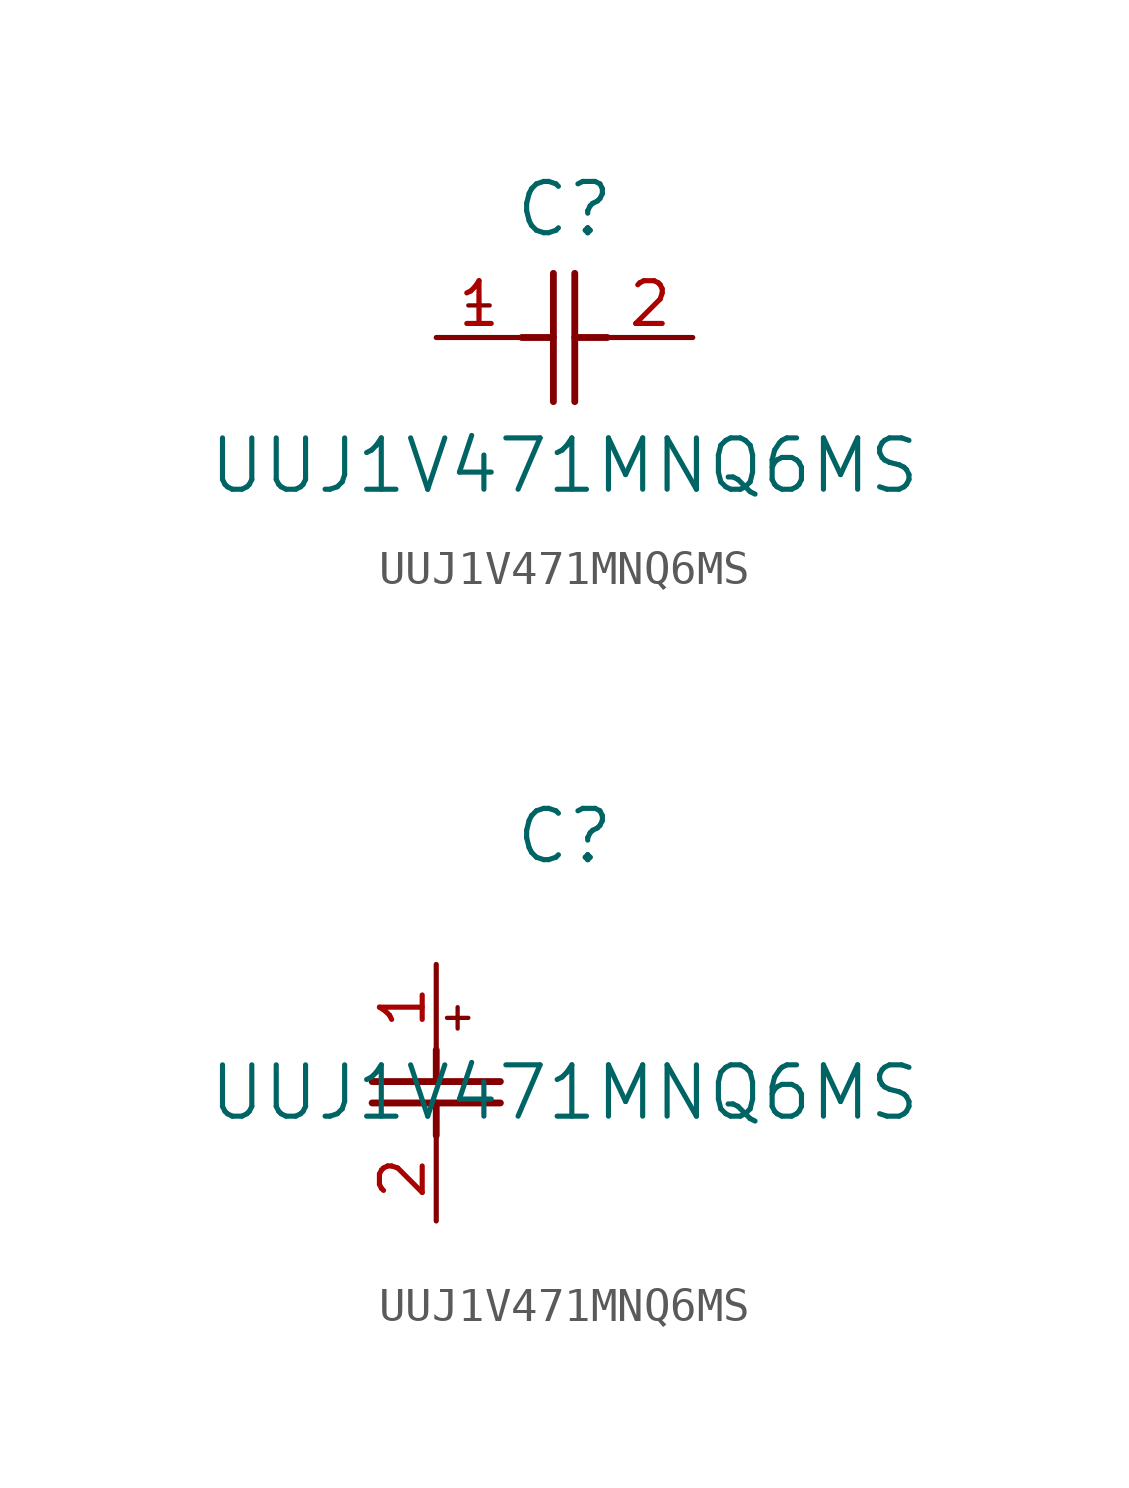
<source format=kicad_sym>
(kicad_symbol_lib
  (version 20211014)
  (generator kicad_symbol_editor)
  (symbol "UUJ1V471MNQ6MS"
    (pin_names
      (offset 0.254))
    (property "Reference" "C"
      (at 3.81 3.81 0)
      (effects (font (size 1.524 1.524))))
    (property "Value" "UUJ1V471MNQ6MS"
      (at 3.81 -3.81 0)
      (effects (font (size 1.524 1.524))))
    (symbol "UUJ1V471MNQ6MS_1_1"
      (polyline (pts (xy 3.48 -1.905) (xy 3.48 1.905)) (stroke (width 0.203) (type default) (color 0 0 0 0)) (fill (type none)))
      (polyline (pts (xy 4.115 -1.905) (xy 4.115 1.905)) (stroke (width 0.203) (type default) (color 0 0 0 0)) (fill (type none)))
      (polyline (pts (xy 4.115 0) (xy 5.08 0)) (stroke (width 0.203) (type default) (color 0 0 0 0)) (fill (type none)))
      (polyline (pts (xy 2.54 0) (xy 3.48 0)) (stroke (width 0.203) (type default) (color 0 0 0 0)) (fill (type none)))
      (polyline (pts (xy 1.27 1.27) (xy 1.27 0.635)) (stroke (width 0.127) (type default) (color 0 0 0 0)) (fill (type none)))
      (polyline (pts (xy 0.953 0.953) (xy 1.587 0.953)) (stroke (width 0.127) (type default) (color 0 0 0 0)) (fill (type none)))
      (pin unspecified line (at 0 0 0) (length 2.54) (name "" (effects (font (size 1.27 1.27)))) (number "1" (effects (font (size 1.27 1.27)))))
      (pin unspecified line (at 7.62 0 180) (length 2.54) (name "" (effects (font (size 1.27 1.27)))) (number "2" (effects (font (size 1.27 1.27))))))
    (symbol "UUJ1V471MNQ6MS_1_2"
      (polyline (pts (xy -1.905 -3.48) (xy 1.905 -3.48)) (stroke (width 0.203) (type default) (color 0 0 0 0)) (fill (type none)))
      (polyline (pts (xy -1.905 -4.115) (xy 1.905 -4.115)) (stroke (width 0.203) (type default) (color 0 0 0 0)) (fill (type none)))
      (polyline (pts (xy 0 -4.115) (xy 0 -5.08)) (stroke (width 0.203) (type default) (color 0 0 0 0)) (fill (type none)))
      (polyline (pts (xy 0 -2.54) (xy 0 -3.48)) (stroke (width 0.203) (type default) (color 0 0 0 0)) (fill (type none)))
      (polyline (pts (xy 0.635 -1.27) (xy 0.635 -1.905)) (stroke (width 0.127) (type default) (color 0 0 0 0)) (fill (type none)))
      (polyline (pts (xy 0.318 -1.587) (xy 0.953 -1.587)) (stroke (width 0.127) (type default) (color 0 0 0 0)) (fill (type none)))
      (pin unspecified line (at 0 0 270) (length 2.54) (name "" (effects (font (size 1.27 1.27)))) (number "1" (effects (font (size 1.27 1.27)))))
      (pin unspecified line (at 0 -7.62 90) (length 2.54) (name "" (effects (font (size 1.27 1.27)))) (number "2" (effects (font (size 1.27 1.27))))))))
</source>
